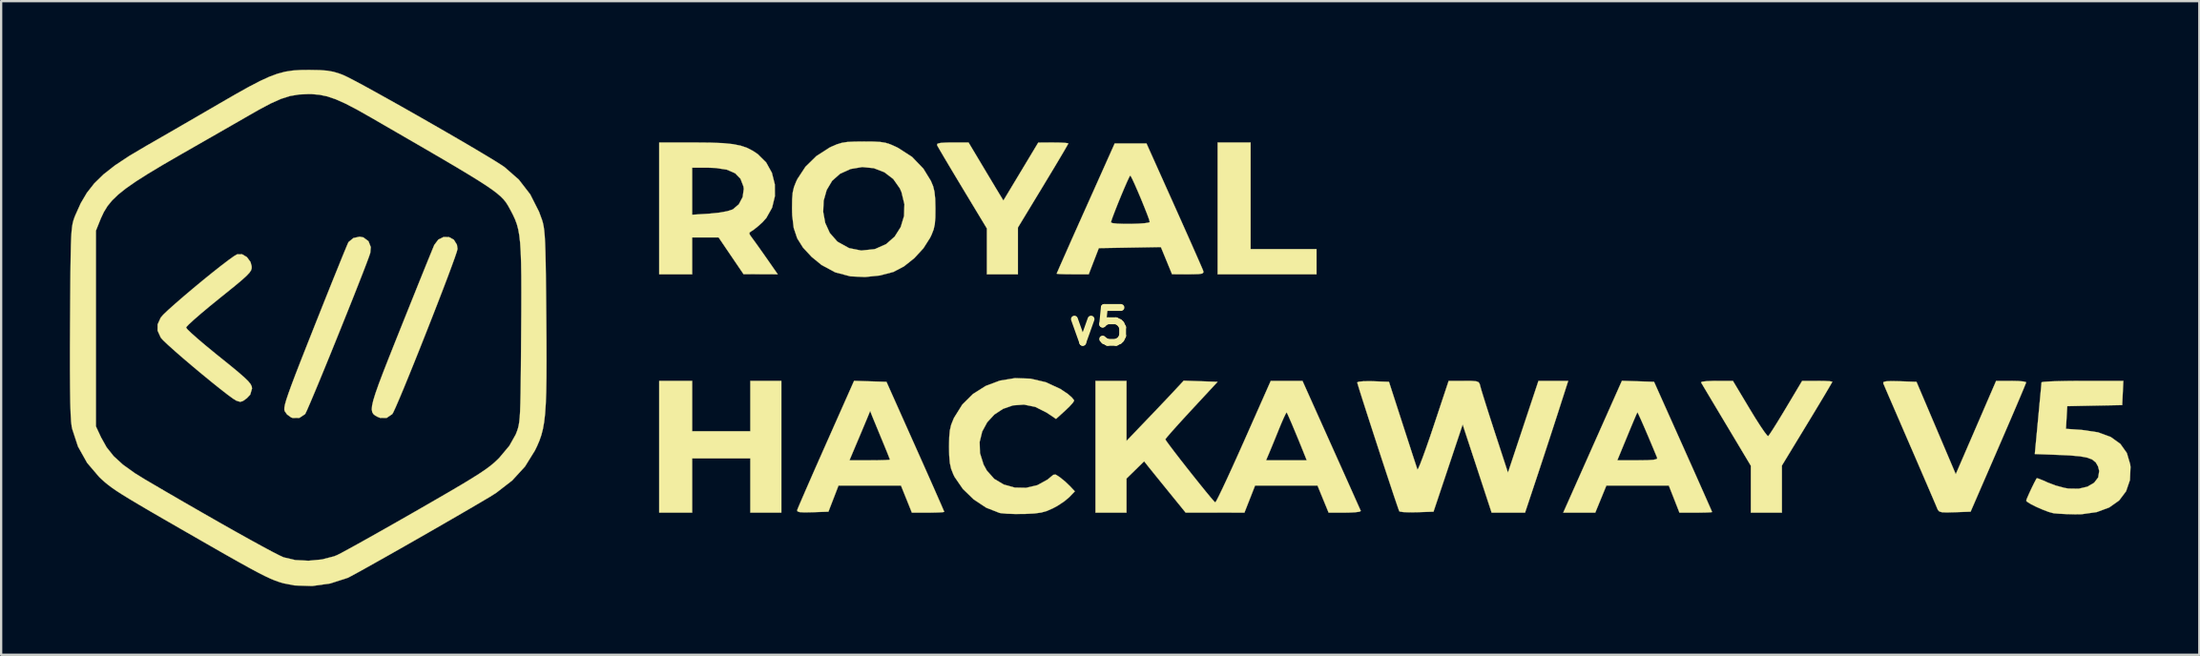
<source format=kicad_pcb>
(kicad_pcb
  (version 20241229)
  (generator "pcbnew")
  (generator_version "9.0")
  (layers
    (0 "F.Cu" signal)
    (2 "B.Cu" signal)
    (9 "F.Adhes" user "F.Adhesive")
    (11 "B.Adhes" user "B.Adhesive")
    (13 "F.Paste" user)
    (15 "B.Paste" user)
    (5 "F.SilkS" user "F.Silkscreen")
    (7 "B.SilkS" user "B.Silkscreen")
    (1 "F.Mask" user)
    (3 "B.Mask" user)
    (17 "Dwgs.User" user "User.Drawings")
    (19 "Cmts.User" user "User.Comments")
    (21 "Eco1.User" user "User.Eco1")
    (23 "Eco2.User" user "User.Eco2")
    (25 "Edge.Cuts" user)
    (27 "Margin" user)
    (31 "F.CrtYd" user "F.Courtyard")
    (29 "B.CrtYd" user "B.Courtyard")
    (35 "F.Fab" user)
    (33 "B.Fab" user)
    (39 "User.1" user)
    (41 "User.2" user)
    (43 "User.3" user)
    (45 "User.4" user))
  (footprint "v5"
    (layer "F.Cu")
    (at 44.953 11.219)
    (property "Reference" "v5" (at 0 0 0) (layer "F.SilkS") (effects (font (size 1.524 1.524) (thickness 0.3))))
    (attr through_hole)
    (fp_poly (pts (xy 6.604 -3.387) (xy 9.483 -3.387) (xy 9.483 -2.286) (xy 5.165 -2.286) (xy 5.165 -8.043) (xy 6.604 -8.043) (xy 6.604 -3.387)) (stroke (width 0.01) (type solid)) (fill yes) (layer "F.SilkS"))
    (fp_poly (pts (xy -17.78 4.572) (xy -15.24 4.572) (xy -15.24 2.371) (xy -13.885 2.371) (xy -13.885 8.128) (xy -15.24 8.128) (xy -15.24 5.757) (xy -17.78 5.757) (xy -17.78 8.128) (xy -19.219 8.128) (xy -19.219 2.371) (xy -17.78 2.371) (xy -17.78 4.572)) (stroke (width 0.01) (type solid)) (fill yes) (layer "F.SilkS"))
    (fp_poly (pts (xy -5.142 -7.091) (xy -4.909 -6.701) (xy -4.689 -6.334) (xy -4.507 -6.03) (xy -4.385 -5.829) (xy -4.382 -5.823) (xy -4.19 -5.508) (xy -3.428 -6.774) (xy -2.667 -8.041) (xy -2.011 -8.042) (xy -1.702 -8.038) (xy -1.471 -8.025) (xy -1.359 -8.007) (xy -1.355 -8.002) (xy -1.397 -7.922) (xy -1.515 -7.716) (xy -1.698 -7.406) (xy -1.933 -7.011) (xy -2.21 -6.551) (xy -2.455 -6.145) (xy -3.556 -4.328) (xy -3.556 -2.286) (xy -4.911 -2.286) (xy -4.911 -4.288) (xy -5.98 -6.06) (xy -6.278 -6.556) (xy -6.548 -7.008) (xy -6.777 -7.393) (xy -6.951 -7.691) (xy -7.06 -7.88) (xy -7.089 -7.937) (xy -7.066 -7.992) (xy -6.931 -8.025) (xy -6.663 -8.041) (xy -6.42 -8.043) (xy -5.711 -8.043) (xy -5.142 -7.091)) (stroke (width 0.01) (type solid)) (fill yes) (layer "F.SilkS"))
    (fp_poly (pts (xy 28.4 3.6) (xy 28.645 4.002) (xy 28.864 4.344) (xy 29.041 4.603) (xy 29.16 4.756) (xy 29.203 4.788) (xy 29.268 4.704) (xy 29.402 4.5) (xy 29.59 4.201) (xy 29.815 3.832) (xy 29.98 3.558) (xy 30.688 2.371) (xy 31.346 2.371) (xy 31.656 2.375) (xy 31.887 2.387) (xy 31.999 2.405) (xy 32.004 2.41) (xy 31.962 2.49) (xy 31.843 2.694) (xy 31.66 3.004) (xy 31.424 3.398) (xy 31.147 3.857) (xy 30.903 4.26) (xy 29.803 6.071) (xy 29.803 8.128) (xy 28.448 8.128) (xy 28.448 6.08) (xy 27.377 4.289) (xy 27.08 3.792) (xy 26.811 3.342) (xy 26.584 2.961) (xy 26.41 2.669) (xy 26.302 2.487) (xy 26.271 2.434) (xy 26.333 2.405) (xy 26.527 2.384) (xy 26.818 2.372) (xy 26.95 2.371) (xy 27.664 2.371) (xy 28.4 3.6)) (stroke (width 0.01) (type solid)) (fill yes) (layer "F.SilkS"))
    (fp_poly (pts (xy 40.123 2.378) (xy 40.353 2.398) (xy 40.464 2.427) (xy 40.469 2.434) (xy 40.436 2.524) (xy 40.343 2.751) (xy 40.197 3.098) (xy 40.007 3.546) (xy 39.779 4.078) (xy 39.521 4.676) (xy 39.255 5.292) (xy 38.043 8.086) (xy 37.351 8.11) (xy 37.008 8.119) (xy 36.796 8.111) (xy 36.678 8.077) (xy 36.614 8.009) (xy 36.584 7.941) (xy 36.533 7.818) (xy 36.423 7.56) (xy 36.263 7.187) (xy 36.061 6.718) (xy 35.826 6.173) (xy 35.567 5.572) (xy 35.39 5.165) (xy 35.121 4.543) (xy 34.873 3.968) (xy 34.653 3.46) (xy 34.47 3.038) (xy 34.333 2.719) (xy 34.25 2.525) (xy 34.228 2.473) (xy 34.243 2.42) (xy 34.356 2.391) (xy 34.591 2.381) (xy 34.932 2.388) (xy 35.68 2.413) (xy 36.538 4.431) (xy 37.395 6.449) (xy 38.277 4.41) (xy 39.158 2.371) (xy 39.815 2.371) (xy 40.123 2.378)) (stroke (width 0.01) (type solid)) (fill yes) (layer "F.SilkS"))
    (fp_poly (pts (xy -28.393 -3.909) (xy -28.185 -3.795) (xy -28.052 -3.578) (xy -28.026 -3.398) (xy -28.056 -3.276) (xy -28.143 -3.018) (xy -28.279 -2.643) (xy -28.454 -2.171) (xy -28.663 -1.622) (xy -28.897 -1.015) (xy -29.148 -0.371) (xy -29.408 0.29) (xy -29.669 0.949) (xy -29.924 1.586) (xy -30.165 2.181) (xy -30.383 2.714) (xy -30.572 3.164) (xy -30.723 3.514) (xy -30.828 3.741) (xy -30.875 3.823) (xy -31.118 3.988) (xy -31.398 3.99) (xy -31.509 3.947) (xy -31.614 3.89) (xy -31.695 3.826) (xy -31.748 3.741) (xy -31.769 3.621) (xy -31.755 3.451) (xy -31.702 3.218) (xy -31.606 2.908) (xy -31.464 2.506) (xy -31.272 1.998) (xy -31.026 1.37) (xy -30.723 0.608) (xy -30.497 0.042) (xy -30.207 -0.681) (xy -29.934 -1.361) (xy -29.685 -1.982) (xy -29.466 -2.525) (xy -29.284 -2.973) (xy -29.147 -3.309) (xy -29.062 -3.515) (xy -29.04 -3.568) (xy -28.862 -3.803) (xy -28.633 -3.915) (xy -28.393 -3.909)) (stroke (width 0.01) (type solid)) (fill yes) (layer "F.SilkS"))
    (fp_poly (pts (xy -32.134 -3.896) (xy -31.914 -3.731) (xy -31.813 -3.474) (xy -31.836 -3.218) (xy -31.897 -3.039) (xy -32.011 -2.733) (xy -32.17 -2.32) (xy -32.366 -1.82) (xy -32.59 -1.252) (xy -32.836 -0.637) (xy -33.094 0.007) (xy -33.357 0.659) (xy -33.617 1.3) (xy -33.866 1.909) (xy -34.096 2.468) (xy -34.3 2.956) (xy -34.468 3.353) (xy -34.593 3.641) (xy -34.668 3.799) (xy -34.681 3.822) (xy -34.929 3.988) (xy -35.219 3.991) (xy -35.289 3.969) (xy -35.468 3.84) (xy -35.571 3.694) (xy -35.587 3.629) (xy -35.584 3.532) (xy -35.556 3.391) (xy -35.499 3.19) (xy -35.407 2.916) (xy -35.276 2.555) (xy -35.102 2.093) (xy -34.878 1.517) (xy -34.6 0.811) (xy -34.264 -0.037) (xy -34.257 -0.055) (xy -33.965 -0.789) (xy -33.691 -1.476) (xy -33.441 -2.099) (xy -33.221 -2.642) (xy -33.04 -3.09) (xy -32.902 -3.424) (xy -32.815 -3.631) (xy -32.787 -3.691) (xy -32.575 -3.868) (xy -32.3 -3.928) (xy -32.134 -3.896)) (stroke (width 0.01) (type solid)) (fill yes) (layer "F.SilkS"))
    (fp_poly (pts (xy 23.519 2.39) (xy 24.221 2.413) (xy 25.488 5.245) (xy 25.776 5.89) (xy 26.042 6.485) (xy 26.276 7.013) (xy 26.473 7.456) (xy 26.623 7.796) (xy 26.72 8.017) (xy 26.755 8.102) (xy 26.755 8.102) (xy 26.677 8.114) (xy 26.468 8.123) (xy 26.169 8.128) (xy 26.042 8.128) (xy 25.33 8.128) (xy 25.098 7.535) (xy 24.865 6.943) (xy 23.503 6.943) (xy 22.14 6.943) (xy 21.897 7.536) (xy 21.654 8.128) (xy 20.256 8.128) (xy 21.273 5.842) (xy 22.616 5.842) (xy 23.509 5.842) (xy 23.923 5.837) (xy 24.189 5.821) (xy 24.328 5.79) (xy 24.361 5.743) (xy 24.359 5.736) (xy 24.148 5.229) (xy 23.951 4.761) (xy 23.777 4.356) (xy 23.636 4.036) (xy 23.538 3.824) (xy 23.494 3.744) (xy 23.492 3.744) (xy 23.454 3.827) (xy 23.364 4.036) (xy 23.235 4.343) (xy 23.08 4.717) (xy 23.044 4.805) (xy 22.616 5.842) (xy 21.273 5.842) (xy 21.537 5.248) (xy 22.818 2.368) (xy 23.519 2.39)) (stroke (width 0.01) (type solid)) (fill yes) (layer "F.SilkS"))
    (fp_poly (pts (xy -16.983 -8.037) (xy -16.439 -8.016) (xy -16.009 -7.973) (xy -15.663 -7.905) (xy -15.375 -7.806) (xy -15.117 -7.671) (xy -14.917 -7.537) (xy -14.549 -7.172) (xy -14.299 -6.721) (xy -14.172 -6.217) (xy -14.168 -5.697) (xy -14.29 -5.195) (xy -14.542 -4.746) (xy -14.712 -4.556) (xy -14.926 -4.365) (xy -15.113 -4.218) (xy -15.18 -4.176) (xy -15.278 -4.109) (xy -15.272 -4.028) (xy -15.175 -3.889) (xy -15.059 -3.731) (xy -14.876 -3.476) (xy -14.657 -3.166) (xy -14.53 -2.985) (xy -14.043 -2.286) (xy -14.79 -2.289) (xy -15.536 -2.291) (xy -16.081 -3.093) (xy -16.625 -3.895) (xy -17.78 -3.895) (xy -17.78 -2.286) (xy -19.219 -2.286) (xy -19.219 -6.943) (xy -17.78 -6.943) (xy -17.78 -4.886) (xy -17.025 -4.934) (xy -16.607 -4.977) (xy -16.253 -5.04) (xy -16.013 -5.117) (xy -16.003 -5.122) (xy -15.742 -5.344) (xy -15.574 -5.662) (xy -15.526 -6.014) (xy -15.541 -6.126) (xy -15.67 -6.459) (xy -15.905 -6.7) (xy -16.26 -6.854) (xy -16.749 -6.931) (xy -17.1 -6.943) (xy -17.78 -6.943) (xy -19.219 -6.943) (xy -19.219 -8.043) (xy -17.668 -8.043) (xy -16.983 -8.037)) (stroke (width 0.01) (type solid)) (fill yes) (layer "F.SilkS"))
    (fp_poly (pts (xy -10.003 2.392) (xy -9.296 2.413) (xy -8.035 5.237) (xy -7.747 5.882) (xy -7.482 6.477) (xy -7.248 7.005) (xy -7.053 7.448) (xy -6.903 7.789) (xy -6.808 8.01) (xy -6.773 8.094) (xy -6.773 8.094) (xy -6.851 8.11) (xy -7.06 8.121) (xy -7.359 8.128) (xy -7.48 8.128) (xy -8.186 8.128) (xy -8.424 7.535) (xy -8.663 6.943) (xy -11.389 6.943) (xy -11.83 8.086) (xy -12.526 8.11) (xy -12.877 8.117) (xy -13.087 8.105) (xy -13.182 8.071) (xy -13.194 8.019) (xy -13.154 7.917) (xy -13.053 7.679) (xy -12.899 7.322) (xy -12.7 6.866) (xy -12.465 6.328) (xy -12.25 5.842) (xy -10.912 5.842) (xy -10.028 5.842) (xy -9.664 5.839) (xy -9.373 5.832) (xy -9.19 5.822) (xy -9.144 5.812) (xy -9.175 5.727) (xy -9.257 5.518) (xy -9.38 5.218) (xy -9.51 4.902) (xy -9.664 4.53) (xy -9.799 4.203) (xy -9.899 3.96) (xy -9.942 3.852) (xy -10.008 3.683) (xy -10.076 3.852) (xy -10.135 3.996) (xy -10.244 4.257) (xy -10.386 4.596) (xy -10.528 4.932) (xy -10.912 5.842) (xy -12.25 5.842) (xy -12.2 5.728) (xy -11.938 5.137) (xy -10.71 2.37) (xy -10.003 2.392)) (stroke (width 0.01) (type solid)) (fill yes) (layer "F.SilkS"))
    (fp_poly (pts (xy 3.273 -5.292) (xy 3.558 -4.654) (xy 3.822 -4.062) (xy 4.057 -3.533) (xy 4.254 -3.087) (xy 4.405 -2.742) (xy 4.502 -2.517) (xy 4.536 -2.434) (xy 4.543 -2.362) (xy 4.487 -2.317) (xy 4.337 -2.295) (xy 4.063 -2.287) (xy 3.879 -2.286) (xy 3.175 -2.287) (xy 2.687 -3.475) (xy 1.332 -3.452) (xy -0.023 -3.429) (xy -0.244 -2.857) (xy -0.464 -2.286) (xy -1.164 -2.286) (xy -1.484 -2.289) (xy -1.727 -2.297) (xy -1.853 -2.309) (xy -1.863 -2.313) (xy -1.829 -2.394) (xy -1.734 -2.612) (xy -1.585 -2.949) (xy -1.39 -3.39) (xy -1.157 -3.916) (xy -0.892 -4.509) (xy -0.873 -4.551) (xy 0.506 -4.551) (xy 0.584 -4.519) (xy 0.788 -4.498) (xy 1.073 -4.488) (xy 1.396 -4.488) (xy 1.714 -4.498) (xy 1.982 -4.517) (xy 2.157 -4.545) (xy 2.201 -4.571) (xy 2.171 -4.684) (xy 2.089 -4.908) (xy 1.971 -5.207) (xy 1.833 -5.547) (xy 1.688 -5.89) (xy 1.552 -6.201) (xy 1.44 -6.444) (xy 1.367 -6.584) (xy 1.35 -6.603) (xy 1.305 -6.531) (xy 1.213 -6.335) (xy 1.09 -6.054) (xy 0.95 -5.721) (xy 0.808 -5.374) (xy 0.679 -5.047) (xy 0.577 -4.777) (xy 0.516 -4.598) (xy 0.506 -4.551) (xy -0.873 -4.551) (xy -0.604 -5.154) (xy -0.596 -5.17) (xy 0.67 -8.001) (xy 2.058 -8.001) (xy 3.273 -5.292)) (stroke (width 0.01) (type solid)) (fill yes) (layer "F.SilkS"))
    (fp_poly (pts (xy -37.221 -3.036) (xy -37.066 -2.825) (xy -37.016 -2.643) (xy -37.014 -2.551) (xy -37.04 -2.461) (xy -37.11 -2.355) (xy -37.239 -2.218) (xy -37.443 -2.033) (xy -37.739 -1.785) (xy -38.143 -1.458) (xy -38.434 -1.224) (xy -38.856 -0.881) (xy -39.23 -0.568) (xy -39.536 -0.302) (xy -39.754 -0.101) (xy -39.867 0.02) (xy -39.878 0.042) (xy -39.815 0.125) (xy -39.637 0.296) (xy -39.365 0.537) (xy -39.017 0.832) (xy -38.612 1.165) (xy -38.439 1.305) (xy -37.96 1.69) (xy -37.6 1.988) (xy -37.341 2.213) (xy -37.168 2.381) (xy -37.064 2.509) (xy -37.013 2.611) (xy -36.999 2.703) (xy -36.999 2.705) (xy -37.078 2.974) (xy -37.222 3.127) (xy -37.395 3.252) (xy -37.512 3.287) (xy -37.65 3.248) (xy -37.688 3.233) (xy -37.828 3.146) (xy -38.07 2.969) (xy -38.392 2.719) (xy -38.768 2.417) (xy -39.177 2.082) (xy -39.594 1.734) (xy -39.996 1.392) (xy -40.359 1.076) (xy -40.66 0.806) (xy -40.876 0.602) (xy -40.983 0.482) (xy -40.983 0.481) (xy -41.122 0.176) (xy -41.12 -0.098) (xy -40.983 -0.396) (xy -40.874 -0.521) (xy -40.654 -0.731) (xy -40.348 -1.004) (xy -39.98 -1.323) (xy -39.573 -1.667) (xy -39.151 -2.017) (xy -38.738 -2.352) (xy -38.357 -2.653) (xy -38.032 -2.901) (xy -37.788 -3.076) (xy -37.649 -3.157) (xy -37.431 -3.16) (xy -37.221 -3.036)) (stroke (width 0.01) (type solid)) (fill yes) (layer "F.SilkS"))
    (fp_poly (pts (xy 16.25 2.373) (xy 16.451 2.389) (xy 16.558 2.429) (xy 16.608 2.508) (xy 16.633 2.603) (xy 16.674 2.751) (xy 16.76 3.032) (xy 16.881 3.42) (xy 17.03 3.887) (xy 17.197 4.406) (xy 17.263 4.608) (xy 17.842 6.381) (xy 18.508 4.376) (xy 19.174 2.371) (xy 20.472 2.371) (xy 20.03 3.747) (xy 19.844 4.322) (xy 19.626 4.99) (xy 19.398 5.686) (xy 19.182 6.341) (xy 19.088 6.625) (xy 18.588 8.128) (xy 17.129 8.128) (xy 16.497 6.202) (xy 15.864 4.276) (xy 15.228 6.181) (xy 14.591 8.086) (xy 13.864 8.11) (xy 13.531 8.114) (xy 13.268 8.103) (xy 13.117 8.08) (xy 13.097 8.068) (xy 13.06 7.97) (xy 12.979 7.735) (xy 12.861 7.386) (xy 12.714 6.943) (xy 12.545 6.432) (xy 12.361 5.873) (xy 12.171 5.29) (xy 11.981 4.706) (xy 11.798 4.143) (xy 11.631 3.624) (xy 11.486 3.172) (xy 11.371 2.808) (xy 11.294 2.557) (xy 11.261 2.441) (xy 11.261 2.436) (xy 11.339 2.406) (xy 11.546 2.388) (xy 11.844 2.385) (xy 11.954 2.388) (xy 12.646 2.413) (xy 13.248 4.276) (xy 13.422 4.812) (xy 13.579 5.297) (xy 13.712 5.707) (xy 13.814 6.018) (xy 13.875 6.205) (xy 13.889 6.246) (xy 13.925 6.2) (xy 14.006 6.012) (xy 14.124 5.704) (xy 14.272 5.295) (xy 14.442 4.805) (xy 14.591 4.362) (xy 15.253 2.371) (xy 15.917 2.371) (xy 16.25 2.373)) (stroke (width 0.01) (type solid)) (fill yes) (layer "F.SilkS"))
    (fp_poly (pts (xy 44.687 2.9) (xy 44.662 3.429) (xy 43.463 3.452) (xy 42.263 3.476) (xy 42.206 4.466) (xy 42.919 4.516) (xy 43.607 4.619) (xy 44.163 4.823) (xy 44.583 5.125) (xy 44.867 5.525) (xy 45.012 6.021) (xy 45.025 6.134) (xy 45 6.705) (xy 44.832 7.194) (xy 44.529 7.596) (xy 44.098 7.901) (xy 43.55 8.104) (xy 42.891 8.197) (xy 42.605 8.201) (xy 42.242 8.192) (xy 41.921 8.176) (xy 41.698 8.158) (xy 41.656 8.152) (xy 41.449 8.095) (xy 41.186 7.995) (xy 40.911 7.875) (xy 40.671 7.754) (xy 40.511 7.654) (xy 40.471 7.606) (xy 40.505 7.505) (xy 40.591 7.308) (xy 40.703 7.067) (xy 40.816 6.836) (xy 40.904 6.669) (xy 40.934 6.623) (xy 41.015 6.644) (xy 41.204 6.719) (xy 41.406 6.81) (xy 41.755 6.943) (xy 42.135 7.045) (xy 42.311 7.076) (xy 42.763 7.083) (xy 43.144 6.994) (xy 43.435 6.824) (xy 43.614 6.591) (xy 43.659 6.308) (xy 43.608 6.107) (xy 43.512 5.939) (xy 43.365 5.815) (xy 43.144 5.727) (xy 42.822 5.667) (xy 42.375 5.628) (xy 41.95 5.608) (xy 40.847 5.567) (xy 40.992 4.032) (xy 41.038 3.539) (xy 41.079 3.105) (xy 41.112 2.757) (xy 41.134 2.524) (xy 41.142 2.434) (xy 41.225 2.415) (xy 41.451 2.399) (xy 41.798 2.385) (xy 42.239 2.376) (xy 42.751 2.371) (xy 42.93 2.371) (xy 44.712 2.371) (xy 44.687 2.9)) (stroke (width 0.01) (type solid)) (fill yes) (layer "F.SilkS"))
    (fp_poly (pts (xy -3.009 2.274) (xy -2.341 2.429) (xy -1.703 2.723) (xy -1.376 2.943) (xy -1.203 3.094) (xy -1.107 3.212) (xy -1.101 3.235) (xy -1.159 3.33) (xy -1.311 3.498) (xy -1.496 3.675) (xy -1.892 4.033) (xy -2.297 3.76) (xy -2.797 3.508) (xy -3.293 3.408) (xy -3.768 3.442) (xy -4.206 3.593) (xy -4.588 3.845) (xy -4.897 4.181) (xy -5.116 4.585) (xy -5.227 5.038) (xy -5.213 5.525) (xy -5.056 6.028) (xy -4.913 6.29) (xy -4.589 6.653) (xy -4.172 6.901) (xy -3.696 7.033) (xy -3.196 7.043) (xy -2.707 6.928) (xy -2.263 6.684) (xy -2.143 6.584) (xy -2.012 6.476) (xy -1.911 6.465) (xy -1.766 6.553) (xy -1.72 6.586) (xy -1.485 6.777) (xy -1.276 6.977) (xy -1.07 7.198) (xy -1.316 7.454) (xy -1.533 7.636) (xy -1.827 7.83) (xy -2.027 7.938) (xy -2.288 8.053) (xy -2.538 8.124) (xy -2.836 8.164) (xy -3.238 8.184) (xy -3.299 8.185) (xy -3.684 8.187) (xy -4.033 8.175) (xy -4.292 8.152) (xy -4.365 8.138) (xy -4.942 7.911) (xy -5.488 7.55) (xy -5.961 7.091) (xy -6.32 6.569) (xy -6.377 6.453) (xy -6.472 6.21) (xy -6.529 5.95) (xy -6.556 5.618) (xy -6.562 5.249) (xy -6.555 4.837) (xy -6.528 4.538) (xy -6.471 4.293) (xy -6.374 4.048) (xy -6.342 3.979) (xy -5.984 3.406) (xy -5.515 2.941) (xy -4.96 2.591) (xy -4.342 2.36) (xy -3.684 2.252) (xy -3.009 2.274)) (stroke (width 0.01) (type solid)) (fill yes) (layer "F.SilkS"))
    (fp_poly (pts (xy -9.865 -8.083) (xy -9.565 -8.067) (xy -9.334 -8.03) (xy -9.124 -7.962) (xy -8.884 -7.855) (xy -8.787 -7.807) (xy -8.18 -7.416) (xy -7.684 -6.901) (xy -7.357 -6.368) (xy -7.259 -6.134) (xy -7.199 -5.89) (xy -7.168 -5.582) (xy -7.158 -5.165) (xy -7.162 -4.763) (xy -7.185 -4.475) (xy -7.237 -4.242) (xy -7.328 -4.01) (xy -7.391 -3.879) (xy -7.683 -3.421) (xy -8.079 -2.991) (xy -8.53 -2.632) (xy -8.987 -2.391) (xy -8.996 -2.388) (xy -9.582 -2.234) (xy -10.229 -2.167) (xy -10.85 -2.195) (xy -10.884 -2.2) (xy -11.536 -2.372) (xy -12.131 -2.693) (xy -12.564 -3.047) (xy -12.939 -3.451) (xy -13.193 -3.857) (xy -13.345 -4.31) (xy -13.411 -4.856) (xy -13.415 -5.011) (xy -12.059 -5.011) (xy -11.97 -4.529) (xy -11.77 -4.091) (xy -11.458 -3.734) (xy -11.41 -3.695) (xy -10.926 -3.428) (xy -10.397 -3.323) (xy -9.835 -3.381) (xy -9.779 -3.395) (xy -9.31 -3.604) (xy -8.938 -3.931) (xy -8.673 -4.35) (xy -8.528 -4.831) (xy -8.512 -5.348) (xy -8.638 -5.872) (xy -8.711 -6.038) (xy -8.999 -6.448) (xy -9.389 -6.745) (xy -9.85 -6.922) (xy -10.352 -6.971) (xy -10.864 -6.885) (xy -11.322 -6.677) (xy -11.668 -6.37) (xy -11.907 -5.967) (xy -12.038 -5.502) (xy -12.059 -5.011) (xy -13.415 -5.011) (xy -13.419 -5.165) (xy -13.413 -5.568) (xy -13.389 -5.859) (xy -13.335 -6.093) (xy -13.242 -6.328) (xy -13.185 -6.447) (xy -12.834 -6.982) (xy -12.354 -7.452) (xy -11.78 -7.821) (xy -11.699 -7.86) (xy -11.464 -7.962) (xy -11.249 -8.028) (xy -11.006 -8.066) (xy -10.687 -8.082) (xy -10.285 -8.086) (xy -9.865 -8.083)) (stroke (width 0.01) (type solid)) (fill yes) (layer "F.SilkS"))
    (fp_poly (pts (xy 5.162 2.413) (xy 4.023 3.641) (xy 3.674 4.02) (xy 3.368 4.357) (xy 3.122 4.633) (xy 2.955 4.827) (xy 2.883 4.921) (xy 2.881 4.925) (xy 2.931 5.007) (xy 3.068 5.195) (xy 3.273 5.466) (xy 3.527 5.796) (xy 3.811 6.159) (xy 4.106 6.531) (xy 4.392 6.889) (xy 4.65 7.208) (xy 4.86 7.462) (xy 5.004 7.629) (xy 5.061 7.683) (xy 5.108 7.614) (xy 5.215 7.406) (xy 5.374 7.079) (xy 5.575 6.649) (xy 5.811 6.134) (xy 5.943 5.842) (xy 7.279 5.842) (xy 9.057 5.842) (xy 8.896 5.44) (xy 8.73 5.03) (xy 8.565 4.631) (xy 8.414 4.271) (xy 8.29 3.984) (xy 8.207 3.8) (xy 8.179 3.748) (xy 8.137 3.808) (xy 8.048 3.992) (xy 7.928 4.27) (xy 7.849 4.462) (xy 7.699 4.832) (xy 7.557 5.18) (xy 7.445 5.45) (xy 7.414 5.524) (xy 7.279 5.842) (xy 5.943 5.842) (xy 6.074 5.552) (xy 6.304 5.037) (xy 7.485 2.371) (xy 8.869 2.371) (xy 10.128 5.178) (xy 10.417 5.822) (xy 10.685 6.419) (xy 10.922 6.95) (xy 11.122 7.396) (xy 11.276 7.742) (xy 11.377 7.968) (xy 11.416 8.056) (xy 11.351 8.089) (xy 11.154 8.113) (xy 10.861 8.127) (xy 10.728 8.128) (xy 10.011 8.128) (xy 9.768 7.536) (xy 9.525 6.943) (xy 8.163 6.943) (xy 6.8 6.943) (xy 6.568 7.535) (xy 6.335 8.128) (xy 3.768 8.126) (xy 3.006 7.188) (xy 2.719 6.834) (xy 2.46 6.514) (xy 2.252 6.257) (xy 2.121 6.093) (xy 2.1 6.067) (xy 1.956 5.884) (xy 1.571 6.262) (xy 1.185 6.639) (xy 1.185 8.128) (xy -0.169 8.128) (xy -0.169 2.371) (xy 1.185 2.371) (xy 1.185 4.996) (xy 2.057 4.085) (xy 2.403 3.724) (xy 2.742 3.367) (xy 3.041 3.052) (xy 3.264 2.814) (xy 3.306 2.769) (xy 3.683 2.363) (xy 5.162 2.413)) (stroke (width 0.01) (type solid)) (fill yes) (layer "F.SilkS"))
    (fp_poly (pts (xy -34.05 -11.206) (xy -33.714 -11.181) (xy -33.44 -11.132) (xy -33.173 -11.05) (xy -33.02 -10.992) (xy -32.829 -10.902) (xy -32.512 -10.738) (xy -32.088 -10.511) (xy -31.579 -10.231) (xy -31.003 -9.91) (xy -30.379 -9.56) (xy -29.729 -9.191) (xy -29.072 -8.815) (xy -28.428 -8.444) (xy -27.815 -8.088) (xy -27.255 -7.759) (xy -26.768 -7.468) (xy -26.371 -7.227) (xy -26.087 -7.046) (xy -25.974 -6.969) (xy -25.349 -6.422) (xy -24.851 -5.778) (xy -24.467 -5.019) (xy -24.334 -4.657) (xy -24.297 -4.53) (xy -24.266 -4.383) (xy -24.24 -4.201) (xy -24.219 -3.966) (xy -24.202 -3.662) (xy -24.188 -3.274) (xy -24.177 -2.783) (xy -24.168 -2.175) (xy -24.159 -1.432) (xy -24.151 -0.538) (xy -24.15 -0.423) (xy -24.142 0.61) (xy -24.14 1.491) (xy -24.143 2.235) (xy -24.153 2.858) (xy -24.173 3.377) (xy -24.202 3.809) (xy -24.243 4.168) (xy -24.297 4.473) (xy -24.365 4.738) (xy -24.449 4.981) (xy -24.55 5.217) (xy -24.65 5.421) (xy -25.078 6.112) (xy -25.637 6.722) (xy -26.34 7.266) (xy -26.615 7.439) (xy -27.028 7.683) (xy -27.521 7.972) (xy -28.077 8.295) (xy -28.676 8.641) (xy -29.298 8.999) (xy -29.925 9.358) (xy -30.538 9.707) (xy -31.117 10.035) (xy -31.643 10.331) (xy -32.097 10.585) (xy -32.46 10.786) (xy -32.712 10.922) (xy -32.829 10.98) (xy -33.586 11.223) (xy -34.372 11.333) (xy -35.143 11.308) (xy -35.621 11.215) (xy -35.802 11.162) (xy -35.988 11.097) (xy -36.197 11.01) (xy -36.444 10.894) (xy -36.746 10.74) (xy -37.119 10.54) (xy -37.58 10.284) (xy -38.145 9.965) (xy -38.831 9.573) (xy -39.285 9.312) (xy -40.134 8.825) (xy -40.85 8.412) (xy -41.446 8.067) (xy -41.936 7.779) (xy -42.334 7.542) (xy -42.654 7.345) (xy -42.909 7.181) (xy -43.113 7.041) (xy -43.28 6.916) (xy -43.424 6.798) (xy -43.558 6.678) (xy -43.673 6.569) (xy -44.198 5.953) (xy -44.597 5.241) (xy -44.85 4.468) (xy -44.872 4.36) (xy -44.898 4.146) (xy -44.918 3.798) (xy -44.934 3.309) (xy -44.943 2.675) (xy -44.948 1.888) (xy -44.948 0.945) (xy -44.943 -0.161) (xy -44.942 -0.254) (xy -44.936 -1.193) (xy -44.93 -1.979) (xy -44.923 -2.627) (xy -44.915 -3.153) (xy -44.906 -3.573) (xy -44.893 -3.902) (xy -44.877 -4.157) (xy -44.873 -4.191) (xy -43.815 -4.191) (xy -43.815 4.36) (xy -43.59 4.841) (xy -43.348 5.274) (xy -43.039 5.662) (xy -42.638 6.029) (xy -42.119 6.402) (xy -41.66 6.685) (xy -40.812 7.182) (xy -39.98 7.665) (xy -39.177 8.127) (xy -38.42 8.56) (xy -37.721 8.955) (xy -37.095 9.304) (xy -36.558 9.599) (xy -36.122 9.833) (xy -35.804 9.996) (xy -35.616 10.082) (xy -35.614 10.082) (xy -35.11 10.2) (xy -34.531 10.23) (xy -33.943 10.174) (xy -33.412 10.036) (xy -33.274 9.979) (xy -33.099 9.89) (xy -32.797 9.726) (xy -32.385 9.499) (xy -31.881 9.218) (xy -31.305 8.893) (xy -30.675 8.536) (xy -30.008 8.155) (xy -29.76 8.013) (xy -28.992 7.57) (xy -28.355 7.201) (xy -27.835 6.894) (xy -27.415 6.64) (xy -27.081 6.429) (xy -26.816 6.251) (xy -26.605 6.095) (xy -26.431 5.952) (xy -26.281 5.812) (xy -26.193 5.723) (xy -25.762 5.208) (xy -25.485 4.715) (xy -25.474 4.687) (xy -25.427 4.567) (xy -25.388 4.451) (xy -25.356 4.322) (xy -25.33 4.164) (xy -25.309 3.961) (xy -25.293 3.697) (xy -25.281 3.354) (xy -25.271 2.917) (xy -25.264 2.369) (xy -25.257 1.693) (xy -25.251 0.874) (xy -25.247 0.339) (xy -25.24 -0.657) (xy -25.238 -1.499) (xy -25.24 -2.204) (xy -25.249 -2.789) (xy -25.266 -3.269) (xy -25.291 -3.661) (xy -25.327 -3.982) (xy -25.374 -4.247) (xy -25.434 -4.472) (xy -25.508 -4.674) (xy -25.597 -4.869) (xy -25.676 -5.023) (xy -25.757 -5.173) (xy -25.833 -5.308) (xy -25.916 -5.435) (xy -26.016 -5.559) (xy -26.144 -5.688) (xy -26.308 -5.829) (xy -26.521 -5.989) (xy -26.792 -6.175) (xy -27.131 -6.393) (xy -27.549 -6.65) (xy -28.055 -6.955) (xy -28.661 -7.312) (xy -29.377 -7.73) (xy -30.212 -8.214) (xy -31.178 -8.773) (xy -31.804 -9.135) (xy -32.419 -9.483) (xy -32.923 -9.745) (xy -33.345 -9.933) (xy -33.711 -10.058) (xy -34.051 -10.129) (xy -34.392 -10.158) (xy -34.527 -10.16) (xy -34.946 -10.141) (xy -35.334 -10.076) (xy -35.731 -9.951) (xy -36.174 -9.754) (xy -36.703 -9.472) (xy -36.872 -9.376) (xy -37.19 -9.194) (xy -37.625 -8.944) (xy -38.151 -8.642) (xy -38.737 -8.306) (xy -39.356 -7.952) (xy -39.979 -7.595) (xy -40.09 -7.532) (xy -40.881 -7.074) (xy -41.537 -6.68) (xy -42.072 -6.34) (xy -42.502 -6.04) (xy -42.841 -5.769) (xy -43.106 -5.514) (xy -43.311 -5.263) (xy -43.47 -5.004) (xy -43.601 -4.724) (xy -43.611 -4.699) (xy -43.815 -4.191) (xy -44.873 -4.191) (xy -44.856 -4.352) (xy -44.831 -4.505) (xy -44.799 -4.63) (xy -44.761 -4.744) (xy -44.715 -4.862) (xy -44.712 -4.868) (xy -44.479 -5.387) (xy -44.211 -5.842) (xy -43.887 -6.256) (xy -43.486 -6.648) (xy -42.988 -7.039) (xy -42.372 -7.448) (xy -41.635 -7.885) (xy -41.144 -8.167) (xy -40.552 -8.508) (xy -39.902 -8.884) (xy -39.24 -9.268) (xy -38.609 -9.634) (xy -38.411 -9.75) (xy -37.713 -10.153) (xy -37.135 -10.476) (xy -36.653 -10.727) (xy -36.244 -10.915) (xy -35.885 -11.048) (xy -35.552 -11.136) (xy -35.222 -11.187) (xy -34.87 -11.21) (xy -34.502 -11.214) (xy -34.05 -11.206)) (stroke (width 0.01) (type solid)) (fill yes) (layer "F.SilkS")))
  (gr_rect
    (start -3 -3)
    (end 92.983 25.557)
    (stroke (width 0.1) (type default))
    (fill no)
    (layer "Edge.Cuts")))
</source>
